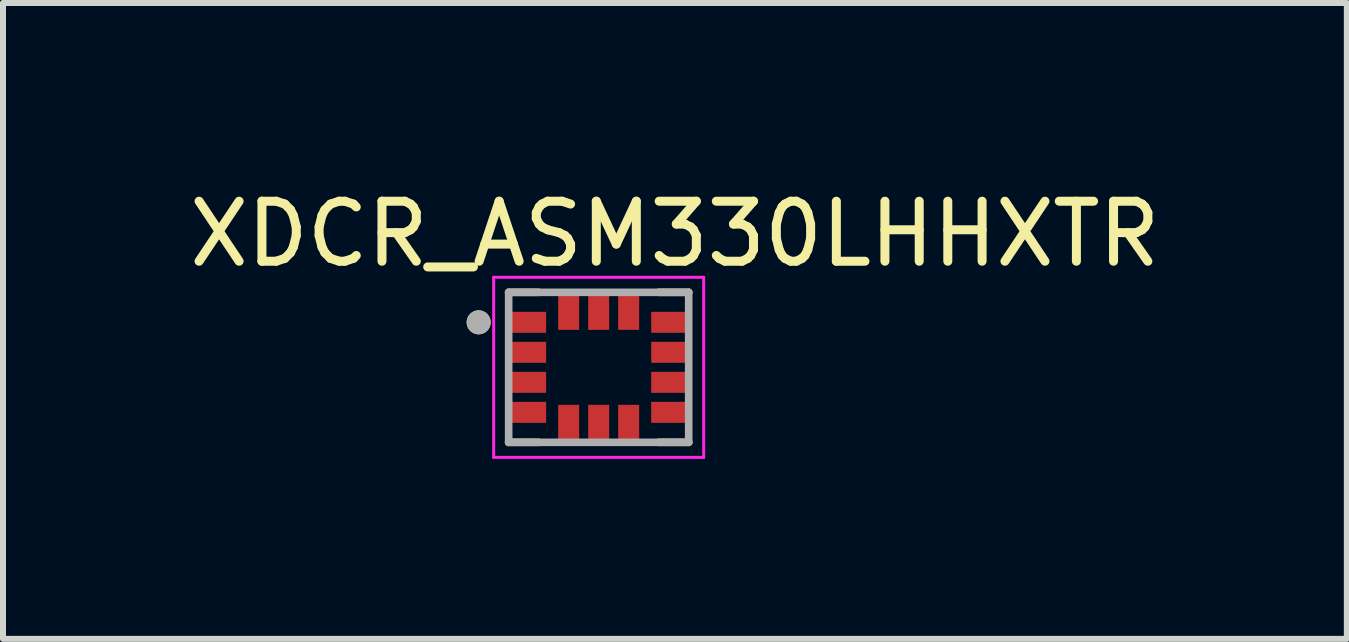
<source format=kicad_pcb>
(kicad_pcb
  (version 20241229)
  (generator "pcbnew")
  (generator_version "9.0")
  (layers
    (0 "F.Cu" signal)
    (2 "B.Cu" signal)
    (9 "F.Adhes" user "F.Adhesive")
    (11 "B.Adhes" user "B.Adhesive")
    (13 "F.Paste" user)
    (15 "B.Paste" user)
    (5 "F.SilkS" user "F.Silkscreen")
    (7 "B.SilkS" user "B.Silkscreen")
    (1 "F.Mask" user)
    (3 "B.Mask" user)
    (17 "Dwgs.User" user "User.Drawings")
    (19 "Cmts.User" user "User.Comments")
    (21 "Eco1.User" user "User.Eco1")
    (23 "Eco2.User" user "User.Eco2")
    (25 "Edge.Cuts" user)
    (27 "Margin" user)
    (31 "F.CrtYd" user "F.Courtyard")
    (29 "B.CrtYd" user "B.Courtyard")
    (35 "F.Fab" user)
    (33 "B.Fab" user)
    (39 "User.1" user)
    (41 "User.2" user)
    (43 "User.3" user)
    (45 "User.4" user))
  (footprint "XDCR_ASM330LHHXTR"
    (layer "F.Cu")
    (at 6.926 3.071)
    (property "Reference" "XDCR_ASM330LHHXTR" (at 1.27 -2.223 0) (layer "F.SilkS") (effects (font (size 1 1) (thickness 0.15))))
    (attr smd)
    (fp_poly (pts (xy -1.5 -0.975) (xy -0.825 -0.975) (xy -0.825 -0.525) (xy -1.5 -0.525)) (stroke (width 0.01) (type solid)) (fill yes) (layer "F.Mask"))
    (fp_poly (pts (xy -1.5 -0.475) (xy -0.825 -0.475) (xy -0.825 -0.025) (xy -1.5 -0.025)) (stroke (width 0.01) (type solid)) (fill yes) (layer "F.Mask"))
    (fp_poly (pts (xy -1.5 0.025) (xy -0.825 0.025) (xy -0.825 0.475) (xy -1.5 0.475)) (stroke (width 0.01) (type solid)) (fill yes) (layer "F.Mask"))
    (fp_poly (pts (xy -1.5 0.525) (xy -0.825 0.525) (xy -0.825 0.975) (xy -1.5 0.975)) (stroke (width 0.01) (type solid)) (fill yes) (layer "F.Mask"))
    (fp_poly (pts (xy -0.725 -1.25) (xy -0.275 -1.25) (xy -0.275 -0.575) (xy -0.725 -0.575)) (stroke (width 0.01) (type solid)) (fill yes) (layer "F.Mask"))
    (fp_poly (pts (xy -0.725 0.575) (xy -0.275 0.575) (xy -0.275 1.25) (xy -0.725 1.25)) (stroke (width 0.01) (type solid)) (fill yes) (layer "F.Mask"))
    (fp_poly (pts (xy -0.225 -1.25) (xy 0.225 -1.25) (xy 0.225 -0.575) (xy -0.225 -0.575)) (stroke (width 0.01) (type solid)) (fill yes) (layer "F.Mask"))
    (fp_poly (pts (xy -0.225 0.575) (xy 0.225 0.575) (xy 0.225 1.25) (xy -0.225 1.25)) (stroke (width 0.01) (type solid)) (fill yes) (layer "F.Mask"))
    (fp_poly (pts (xy 0.275 -1.25) (xy 0.725 -1.25) (xy 0.725 -0.575) (xy 0.275 -0.575)) (stroke (width 0.01) (type solid)) (fill yes) (layer "F.Mask"))
    (fp_poly (pts (xy 0.275 0.575) (xy 0.725 0.575) (xy 0.725 1.25) (xy 0.275 1.25)) (stroke (width 0.01) (type solid)) (fill yes) (layer "F.Mask"))
    (fp_poly (pts (xy 0.825 -0.975) (xy 1.5 -0.975) (xy 1.5 -0.525) (xy 0.825 -0.525)) (stroke (width 0.01) (type solid)) (fill yes) (layer "F.Mask"))
    (fp_poly (pts (xy 0.825 -0.475) (xy 1.5 -0.475) (xy 1.5 -0.025) (xy 0.825 -0.025)) (stroke (width 0.01) (type solid)) (fill yes) (layer "F.Mask"))
    (fp_poly (pts (xy 0.825 0.025) (xy 1.5 0.025) (xy 1.5 0.475) (xy 0.825 0.475)) (stroke (width 0.01) (type solid)) (fill yes) (layer "F.Mask"))
    (fp_poly (pts (xy 0.825 0.525) (xy 1.5 0.525) (xy 1.5 0.975) (xy 0.825 0.975)) (stroke (width 0.01) (type solid)) (fill yes) (layer "F.Mask"))
    (fp_line (start -1.5 -1.25) (end -1 -1.25) (stroke (width 0.127) (type solid)) (layer "F.SilkS"))
    (fp_line (start -1 1.25) (end -1.5 1.25) (stroke (width 0.127) (type solid)) (layer "F.SilkS"))
    (fp_line (start 1 -1.25) (end 1.5 -1.25) (stroke (width 0.127) (type solid)) (layer "F.SilkS"))
    (fp_line (start 1.5 1.25) (end 1 1.25) (stroke (width 0.127) (type solid)) (layer "F.SilkS"))
    (fp_circle (center -2 -0.75) (end -1.9 -0.75) (stroke (width 0.2) (type solid)) (fill no) (layer "F.SilkS"))
    (fp_line (start -1.75 -1.5) (end 1.75 -1.5) (stroke (width 0.05) (type solid)) (layer "F.CrtYd"))
    (fp_line (start -1.75 1.5) (end -1.75 -1.5) (stroke (width 0.05) (type solid)) (layer "F.CrtYd"))
    (fp_line (start 1.75 -1.5) (end 1.75 1.5) (stroke (width 0.05) (type solid)) (layer "F.CrtYd"))
    (fp_line (start 1.75 1.5) (end -1.75 1.5) (stroke (width 0.05) (type solid)) (layer "F.CrtYd"))
    (fp_line (start -1.5 -1.25) (end 1.5 -1.25) (stroke (width 0.127) (type solid)) (layer "F.Fab"))
    (fp_line (start -1.5 1.25) (end -1.5 -1.25) (stroke (width 0.127) (type solid)) (layer "F.Fab"))
    (fp_line (start 1.5 -1.25) (end 1.5 1.25) (stroke (width 0.127) (type solid)) (layer "F.Fab"))
    (fp_line (start 1.5 1.25) (end -1.5 1.25) (stroke (width 0.127) (type solid)) (layer "F.Fab"))
    (fp_circle (center -2 -0.75) (end -1.9 -0.75) (stroke (width 0.2) (type solid)) (fill no) (layer "F.Fab"))
    (pad "1" smd rect (at -1.163 -0.75) (size 0.575 0.35) (layers "F.Cu" "F.Paste"))
    (pad "2" smd rect (at -1.163 -0.25) (size 0.575 0.35) (layers "F.Cu" "F.Paste"))
    (pad "3" smd rect (at -1.163 0.25) (size 0.575 0.35) (layers "F.Cu" "F.Paste"))
    (pad "4" smd rect (at -1.163 0.75) (size 0.575 0.35) (layers "F.Cu" "F.Paste"))
    (pad "5" smd rect (at -0.5 0.912) (size 0.35 0.575) (layers "F.Cu" "F.Paste"))
    (pad "6" smd rect (at 0 0.912) (size 0.35 0.575) (layers "F.Cu" "F.Paste"))
    (pad "7" smd rect (at 0.5 0.912) (size 0.35 0.575) (layers "F.Cu" "F.Paste"))
    (pad "8" smd rect (at 1.163 0.75) (size 0.575 0.35) (layers "F.Cu" "F.Paste"))
    (pad "9" smd rect (at 1.163 0.25) (size 0.575 0.35) (layers "F.Cu" "F.Paste"))
    (pad "10" smd rect (at 1.163 -0.25) (size 0.575 0.35) (layers "F.Cu" "F.Paste"))
    (pad "11" smd rect (at 1.163 -0.75) (size 0.575 0.35) (layers "F.Cu" "F.Paste"))
    (pad "12" smd rect (at 0.5 -0.912) (size 0.35 0.575) (layers "F.Cu" "F.Paste"))
    (pad "13" smd rect (at 0 -0.912) (size 0.35 0.575) (layers "F.Cu" "F.Paste"))
    (pad "14" smd rect (at -0.5 -0.912) (size 0.35 0.575) (layers "F.Cu" "F.Paste")))
  (gr_rect
    (start -3 -3)
    (end 19.393 7.596)
    (stroke (width 0.1) (type default))
    (fill no)
    (layer "Edge.Cuts")))
</source>
